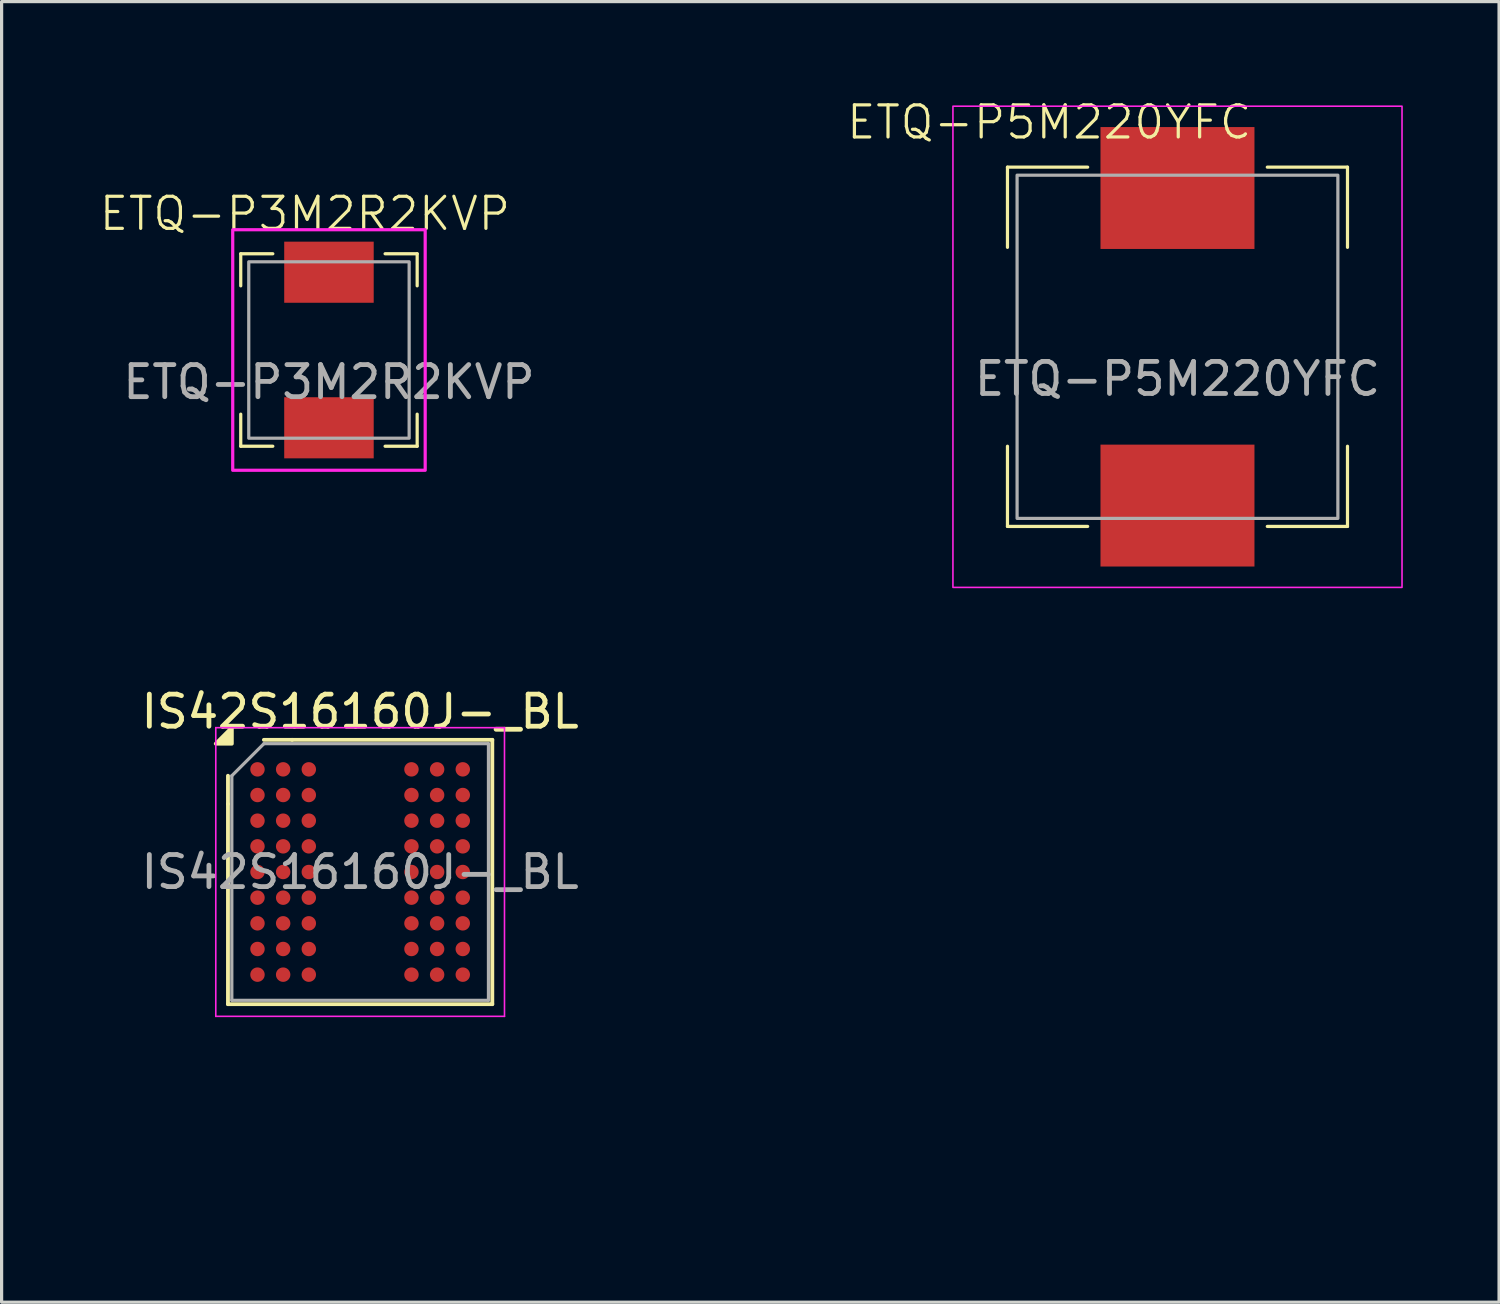
<source format=kicad_pcb>
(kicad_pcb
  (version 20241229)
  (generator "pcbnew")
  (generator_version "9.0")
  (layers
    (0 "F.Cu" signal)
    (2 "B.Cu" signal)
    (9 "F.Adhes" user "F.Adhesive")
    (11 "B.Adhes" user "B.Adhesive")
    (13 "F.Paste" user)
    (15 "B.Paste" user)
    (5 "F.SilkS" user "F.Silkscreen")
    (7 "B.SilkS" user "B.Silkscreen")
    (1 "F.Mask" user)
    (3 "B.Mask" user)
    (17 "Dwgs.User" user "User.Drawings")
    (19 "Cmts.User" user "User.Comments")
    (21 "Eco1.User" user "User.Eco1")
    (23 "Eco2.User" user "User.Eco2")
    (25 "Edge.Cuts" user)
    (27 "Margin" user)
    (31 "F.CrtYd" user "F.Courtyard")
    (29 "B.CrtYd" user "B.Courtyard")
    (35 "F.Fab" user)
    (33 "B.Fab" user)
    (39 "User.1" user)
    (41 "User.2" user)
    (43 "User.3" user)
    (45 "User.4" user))
  (footprint "ETQ-P3M2R2KVP"
    (layer "F.Cu")
    (at 7.205 7.861)
    (property "Reference" "ETQ-P3M2R2KVP" (at -0.75 -4.25 0) (unlocked yes) (layer "F.SilkS") (effects (font (size 1 1) (thickness 0.1))))
    (attr smd)
    (fp_line (start -2.75 -3) (end -2.75 -2) (stroke (width 0.1) (type default)) (layer "F.SilkS"))
    (fp_line (start -2.75 3) (end -2.75 2) (stroke (width 0.1) (type default)) (layer "F.SilkS"))
    (fp_line (start -2.75 3) (end -1.75 3) (stroke (width 0.1) (type default)) (layer "F.SilkS"))
    (fp_line (start -1.75 -3) (end -2.75 -3) (stroke (width 0.1) (type default)) (layer "F.SilkS"))
    (fp_line (start 1.75 3) (end 2.75 3) (stroke (width 0.1) (type default)) (layer "F.SilkS"))
    (fp_line (start 2.75 -3) (end 1.75 -3) (stroke (width 0.1) (type default)) (layer "F.SilkS"))
    (fp_line (start 2.75 -3) (end 2.75 -2) (stroke (width 0.1) (type default)) (layer "F.SilkS"))
    (fp_line (start 2.75 3) (end 2.75 2) (stroke (width 0.1) (type default)) (layer "F.SilkS"))
    (fp_rect (start -3 -3.75) (end 3 3.75) (stroke (width 0.1) (type default)) (fill no) (layer "F.CrtYd"))
    (fp_rect (start -2.5 -2.75) (end 2.5 2.75) (stroke (width 0.1) (type default)) (fill no) (layer "F.Fab"))
    (fp_text user "${REFERENCE}" (at 0 1 0) (unlocked yes) (layer "F.Fab") (effects (font (size 1 1) (thickness 0.15))))
    (dimension (type orthogonal) (layer "User.1") (pts (xy 8.6 4.482) (xy 8.6 11.239)) (height 10.605) (orientation 1) (format (prefix "") (suffix "") (units 3) (units_format 0) (precision 4) (suppress_zeroes yes)) (style (thickness 0.1) (arrow_length 1.27) (text_position_mode 0) (arrow_direction outward) (extension_height 0.586) (extension_offset 0.5) (keep_text_aligned yes)) (gr_text "6.756" (at 18.105 7.861 90) (layer "User.1") (effects (font (size 1 1) (thickness 0.1)))))
    (dimension (type orthogonal) (layer "User.1") (pts (xy 8.6 6.388) (xy 8.6 9.334)) (height 7.605) (orientation 1) (format (prefix "") (suffix "") (units 3) (units_format 0) (precision 4) (suppress_zeroes yes)) (style (thickness 0.1) (arrow_length 1.27) (text_position_mode 0) (arrow_direction outward) (extension_height 0.586) (extension_offset 0.5) (keep_text_aligned yes)) (gr_text "2.946" (at 15.105 7.861 90) (layer "User.1") (effects (font (size 1 1) (thickness 0.1)))))
    (dimension (type orthogonal) (layer "User.1") (pts (xy 5.81 4.482) (xy 8.6 4.482)) (height -2.622) (orientation 0) (format (prefix "") (suffix "") (units 3) (units_format 0) (precision 4) (suppress_zeroes yes)) (style (thickness 0.1) (arrow_length 1.27) (text_position_mode 0) (arrow_direction outward) (extension_height 0.586) (extension_offset 0.5) (keep_text_aligned yes)) (gr_text "2.79" (at 7.205 0.76 0) (layer "User.1") (effects (font (size 1 1) (thickness 0.1)))))
    (pad "1" smd rect (at 0 -2.425) (size 2.79 1.905) (layers "F.Cu" "F.Mask" "F.Paste"))
    (pad "2" smd rect (at 0 2.425) (size 2.79 1.905) (layers "F.Cu" "F.Mask" "F.Paste")))
  (footprint "IS42S16160J-_BL"
    (layer "F.Cu")
    (at 8.177 24.134)
    (property "Reference" "IS42S16160J-_BL" (at 0 -5 0) (layer "F.SilkS") (effects (font (size 1 1) (thickness 0.15))))
    (attr smd)
    (fp_line (start -4.12 -3) (end -4.12 -2.12) (stroke (width 0.12) (type default)) (layer "F.SilkS"))
    (fp_line (start -4.12 4.12) (end -4.12 -2.12) (stroke (width 0.12) (type default)) (layer "F.SilkS"))
    (fp_line (start -4.12 4.12) (end 4.12 4.12) (stroke (width 0.12) (type default)) (layer "F.SilkS"))
    (fp_line (start -2.12 -4.12) (end -3 -4.12) (stroke (width 0.12) (type default)) (layer "F.SilkS"))
    (fp_line (start -2.12 -4.12) (end 4.12 -4.12) (stroke (width 0.12) (type default)) (layer "F.SilkS"))
    (fp_line (start 4.12 -4.12) (end 4.12 4.12) (stroke (width 0.12) (type default)) (layer "F.SilkS"))
    (fp_poly (pts (xy -4 -4) (xy -4.5 -4) (xy -4 -4.5) (xy -4 -4)) (stroke (width 0.12) (type solid)) (fill yes) (layer "F.SilkS"))
    (fp_line (start -4.5 -4.5) (end 4.5 -4.5) (stroke (width 0.05) (type default)) (layer "F.CrtYd"))
    (fp_line (start -4.5 4.5) (end -4.5 -4.5) (stroke (width 0.05) (type default)) (layer "F.CrtYd"))
    (fp_line (start 4.5 -4.5) (end 4.5 4.5) (stroke (width 0.05) (type default)) (layer "F.CrtYd"))
    (fp_line (start 4.5 4.5) (end -4.5 4.5) (stroke (width 0.05) (type default)) (layer "F.CrtYd"))
    (fp_line (start -4 -3) (end -4 4) (stroke (width 0.1) (type default)) (layer "F.Fab"))
    (fp_line (start -4 4) (end 4 4) (stroke (width 0.1) (type default)) (layer "F.Fab"))
    (fp_line (start -3 -4) (end -4 -3) (stroke (width 0.1) (type default)) (layer "F.Fab"))
    (fp_line (start 4 -4) (end -3 -4) (stroke (width 0.1) (type default)) (layer "F.Fab"))
    (fp_line (start 4 4) (end 4 -4) (stroke (width 0.1) (type default)) (layer "F.Fab"))
    (fp_text user "${REFERENCE}" (at 0 0 0) (layer "F.Fab") (effects (font (size 1 1) (thickness 0.15))))
    (dimension (type orthogonal) (layer "User.2") (pts (xy 4.977 27.334) (xy 11.377 27.334)) (height 6.6) (orientation 0) (format (prefix "") (suffix "") (units 3) (units_format 0) (precision 4) (suppress_zeroes yes)) (style (thickness 0.05) (arrow_length 0.2) (text_position_mode 0) (arrow_direction outward) (extension_height 0.586) (extension_offset 0.5) (keep_text_aligned yes)) (gr_text "6.4" (at 8.177 33.574 0) (layer "User.2") (effects (font (size 0.3 0.3) (thickness 0.06) (bold yes)))))
    (dimension (type orthogonal) (layer "User.2") (pts (xy 4.977 20.934) (xy 4.977 27.334)) (height -4.2) (orientation 1) (format (prefix "") (suffix "") (units 3) (units_format 0) (precision 4) (suppress_zeroes yes)) (style (thickness 0.05) (arrow_length 0.2) (text_position_mode 0) (arrow_direction outward) (extension_height 0.586) (extension_offset 0.5) (keep_text_aligned yes)) (gr_text "6.4" (at 0.417 24.134 90) (layer "User.2") (effects (font (size 0.3 0.3) (thickness 0.06) (bold yes)))))
    (dimension (type orthogonal) (layer "User.2") (pts (xy 6.577 27.334) (xy 8.177 27.334)) (height 4.9) (orientation 0) (format (prefix "") (suffix "") (units 3) (units_format 0) (precision 4) (suppress_zeroes yes)) (style (thickness 0.05) (arrow_length 0.2) (text_position_mode 0) (arrow_direction outward) (extension_height 0.586) (extension_offset 0.5) (keep_text_aligned yes)) (gr_text "1.6" (at 7.377 31.874 0) (layer "User.2") (effects (font (size 0.3 0.3) (thickness 0.06) (bold yes)))))
    (dimension (type orthogonal) (layer "User.2") (pts (xy 11.377 20.934) (xy 11.377 21.734)) (height 5.4) (orientation 1) (format (prefix "") (suffix "") (units 3) (units_format 0) (precision 4) (suppress_zeroes yes)) (style (thickness 0.05) (arrow_length 0.2) (text_position_mode 0) (arrow_direction outward) (extension_height 0.586) (extension_offset 0.5) (keep_text_aligned yes)) (gr_text "0.8" (at 16.417 21.334 90) (layer "User.2") (effects (font (size 0.3 0.3) (thickness 0.06) (bold yes)))))
    (pad "A1" smd circle (at -3.2 -3.2) (size 0.45 0.45) (layers "F.Cu" "F.Mask" "F.Paste"))
    (pad "A2" smd circle (at -2.4 -3.2) (size 0.45 0.45) (layers "F.Cu" "F.Mask" "F.Paste"))
    (pad "A3" smd circle (at -1.6 -3.2) (size 0.45 0.45) (layers "F.Cu" "F.Mask" "F.Paste"))
    (pad "A7" smd circle (at 1.6 -3.2) (size 0.45 0.45) (layers "F.Cu" "F.Mask" "F.Paste"))
    (pad "A8" smd circle (at 2.4 -3.2) (size 0.45 0.45) (layers "F.Cu" "F.Mask" "F.Paste"))
    (pad "A9" smd circle (at 3.2 -3.2) (size 0.45 0.45) (layers "F.Cu" "F.Mask" "F.Paste"))
    (pad "B1" smd circle (at -3.2 -2.4) (size 0.45 0.45) (layers "F.Cu" "F.Mask" "F.Paste"))
    (pad "B2" smd circle (at -2.4 -2.4) (size 0.45 0.45) (layers "F.Cu" "F.Mask" "F.Paste"))
    (pad "B3" smd circle (at -1.6 -2.4) (size 0.45 0.45) (layers "F.Cu" "F.Mask" "F.Paste"))
    (pad "B7" smd circle (at 1.6 -2.4) (size 0.45 0.45) (layers "F.Cu" "F.Mask" "F.Paste"))
    (pad "B8" smd circle (at 2.4 -2.4) (size 0.45 0.45) (layers "F.Cu" "F.Mask" "F.Paste"))
    (pad "B9" smd circle (at 3.2 -2.4) (size 0.45 0.45) (layers "F.Cu" "F.Mask" "F.Paste"))
    (pad "C1" smd circle (at -3.2 -1.6) (size 0.45 0.45) (layers "F.Cu" "F.Mask" "F.Paste"))
    (pad "C2" smd circle (at -2.4 -1.6) (size 0.45 0.45) (layers "F.Cu" "F.Mask" "F.Paste"))
    (pad "C3" smd circle (at -1.6 -1.6) (size 0.45 0.45) (layers "F.Cu" "F.Mask" "F.Paste"))
    (pad "C7" smd circle (at 1.6 -1.6) (size 0.45 0.45) (layers "F.Cu" "F.Mask" "F.Paste"))
    (pad "C8" smd circle (at 2.4 -1.6) (size 0.45 0.45) (layers "F.Cu" "F.Mask" "F.Paste"))
    (pad "C9" smd circle (at 3.2 -1.6) (size 0.45 0.45) (layers "F.Cu" "F.Mask" "F.Paste"))
    (pad "D1" smd circle (at -3.2 -0.8) (size 0.45 0.45) (layers "F.Cu" "F.Mask" "F.Paste"))
    (pad "D2" smd circle (at -2.4 -0.8) (size 0.45 0.45) (layers "F.Cu" "F.Mask" "F.Paste"))
    (pad "D3" smd circle (at -1.6 -0.8) (size 0.45 0.45) (layers "F.Cu" "F.Mask" "F.Paste"))
    (pad "D7" smd circle (at 1.6 -0.8) (size 0.45 0.45) (layers "F.Cu" "F.Mask" "F.Paste"))
    (pad "D8" smd circle (at 2.4 -0.8) (size 0.45 0.45) (layers "F.Cu" "F.Mask" "F.Paste"))
    (pad "D9" smd circle (at 3.2 -0.8) (size 0.45 0.45) (layers "F.Cu" "F.Mask" "F.Paste"))
    (pad "E1" smd circle (at -3.2 0) (size 0.45 0.45) (layers "F.Cu" "F.Mask" "F.Paste"))
    (pad "E2" smd circle (at -2.4 0) (size 0.45 0.45) (layers "F.Cu" "F.Mask" "F.Paste"))
    (pad "E3" smd circle (at -1.6 0) (size 0.45 0.45) (layers "F.Cu" "F.Mask" "F.Paste"))
    (pad "E7" smd circle (at 1.6 0) (size 0.45 0.45) (layers "F.Cu" "F.Mask" "F.Paste"))
    (pad "E8" smd circle (at 2.4 0) (size 0.45 0.45) (layers "F.Cu" "F.Mask" "F.Paste"))
    (pad "E9" smd circle (at 3.2 0) (size 0.45 0.45) (layers "F.Cu" "F.Mask" "F.Paste"))
    (pad "F1" smd circle (at -3.2 0.8) (size 0.45 0.45) (layers "F.Cu" "F.Mask" "F.Paste"))
    (pad "F2" smd circle (at -2.4 0.8) (size 0.45 0.45) (layers "F.Cu" "F.Mask" "F.Paste"))
    (pad "F3" smd circle (at -1.6 0.8) (size 0.45 0.45) (layers "F.Cu" "F.Mask" "F.Paste"))
    (pad "F7" smd circle (at 1.6 0.8) (size 0.45 0.45) (layers "F.Cu" "F.Mask" "F.Paste"))
    (pad "F8" smd circle (at 2.4 0.8) (size 0.45 0.45) (layers "F.Cu" "F.Mask" "F.Paste"))
    (pad "F9" smd circle (at 3.2 0.8) (size 0.45 0.45) (layers "F.Cu" "F.Mask" "F.Paste"))
    (pad "G1" smd circle (at -3.2 1.6) (size 0.45 0.45) (layers "F.Cu" "F.Mask" "F.Paste"))
    (pad "G2" smd circle (at -2.4 1.6) (size 0.45 0.45) (layers "F.Cu" "F.Mask" "F.Paste"))
    (pad "G3" smd circle (at -1.6 1.6) (size 0.45 0.45) (layers "F.Cu" "F.Mask" "F.Paste"))
    (pad "G7" smd circle (at 1.6 1.6) (size 0.45 0.45) (layers "F.Cu" "F.Mask" "F.Paste"))
    (pad "G8" smd circle (at 2.4 1.6) (size 0.45 0.45) (layers "F.Cu" "F.Mask" "F.Paste"))
    (pad "G9" smd circle (at 3.2 1.6) (size 0.45 0.45) (layers "F.Cu" "F.Mask" "F.Paste"))
    (pad "H1" smd circle (at -3.2 2.4) (size 0.45 0.45) (layers "F.Cu" "F.Mask" "F.Paste"))
    (pad "H2" smd circle (at -2.4 2.4) (size 0.45 0.45) (layers "F.Cu" "F.Mask" "F.Paste"))
    (pad "H3" smd circle (at -1.6 2.4) (size 0.45 0.45) (layers "F.Cu" "F.Mask" "F.Paste"))
    (pad "H7" smd circle (at 1.6 2.4) (size 0.45 0.45) (layers "F.Cu" "F.Mask" "F.Paste"))
    (pad "H8" smd circle (at 2.4 2.4) (size 0.45 0.45) (layers "F.Cu" "F.Mask" "F.Paste"))
    (pad "H9" smd circle (at 3.2 2.4) (size 0.45 0.45) (layers "F.Cu" "F.Mask" "F.Paste"))
    (pad "J1" smd circle (at -3.2 3.2) (size 0.45 0.45) (layers "F.Cu" "F.Mask" "F.Paste"))
    (pad "J2" smd circle (at -2.4 3.2) (size 0.45 0.45) (layers "F.Cu" "F.Mask" "F.Paste"))
    (pad "J3" smd circle (at -1.6 3.2) (size 0.45 0.45) (layers "F.Cu" "F.Mask" "F.Paste"))
    (pad "J7" smd circle (at 1.6 3.2) (size 0.45 0.45) (layers "F.Cu" "F.Mask" "F.Paste"))
    (pad "J8" smd circle (at 2.4 3.2) (size 0.45 0.45) (layers "F.Cu" "F.Mask" "F.Paste"))
    (pad "J9" smd circle (at 3.2 3.2) (size 0.45 0.45) (layers "F.Cu" "F.Mask" "F.Paste")))
  (footprint "ETQ-P5M220YFC"
    (layer "F.Cu")
    (at 33.657 7.761)
    (property "Reference" "ETQ-P5M220YFC" (at -4 -7 0) (unlocked yes) (layer "F.SilkS") (effects (font (size 1 1) (thickness 0.1))))
    (attr smd)
    (private_layers "User.2")
    (fp_line (start -5.3 -5.6) (end -5.3 -3.1) (stroke (width 0.1) (type default)) (layer "F.SilkS"))
    (fp_line (start -5.3 5.6) (end -5.3 3.1) (stroke (width 0.1) (type default)) (layer "F.SilkS"))
    (fp_line (start -2.8 -5.6) (end -5.3 -5.6) (stroke (width 0.1) (type default)) (layer "F.SilkS"))
    (fp_line (start -2.8 5.6) (end -5.3 5.6) (stroke (width 0.1) (type default)) (layer "F.SilkS"))
    (fp_line (start 2.8 -5.6) (end 5.3 -5.6) (stroke (width 0.1) (type default)) (layer "F.SilkS"))
    (fp_line (start 2.8 5.6) (end 5.3 5.6) (stroke (width 0.1) (type default)) (layer "F.SilkS"))
    (fp_line (start 5.3 -5.6) (end 5.3 -3.1) (stroke (width 0.1) (type default)) (layer "F.SilkS"))
    (fp_line (start 5.3 5.6) (end 5.3 3.1) (stroke (width 0.1) (type default)) (layer "F.SilkS"))
    (fp_rect (start -7 -7.5) (end 7 7.5) (stroke (width 0.05) (type default)) (fill no) (layer "F.CrtYd"))
    (fp_rect (start -5 -5.35) (end 5 5.35) (stroke (width 0.1) (type default)) (fill no) (layer "F.Fab"))
    (fp_text user "${REFERENCE}" (at 0 1 0) (unlocked yes) (layer "F.Fab") (effects (font (size 1 1) (thickness 0.15))))
    (dimension (type orthogonal) (layer "User.2") (pts (xy 28.157 13.611) (xy 28.157 1.911)) (height -4) (orientation 1) (format (prefix "") (suffix "") (units 3) (units_format 0) (precision 4) (suppress_zeroes yes)) (style (thickness 0.1) (arrow_length 1.27) (text_position_mode 0) (arrow_direction outward) (extension_height 0.586) (extension_offset 0.5) (keep_text_aligned yes)) (gr_text "11.7" (at 23.057 7.761 90) (layer "User.2") (effects (font (size 1 1) (thickness 0.1)))))
    (dimension (type orthogonal) (layer "User.2") (pts (xy 39.157 13.611) (xy 28.157 13.611)) (height 4.65) (orientation 0) (format (prefix "") (suffix "") (units 3) (units_format 0) (precision 4) (suppress_zeroes yes)) (style (thickness 0.1) (arrow_length 1.27) (text_position_mode 0) (arrow_direction outward) (extension_height 0.586) (extension_offset 0.5) (keep_text_aligned yes)) (gr_text "11" (at 33.657 17.16 0) (layer "User.2") (effects (font (size 1 1) (thickness 0.1)))))
    (dimension (type orthogonal) (layer "User.2") (pts (xy 31.257 0.91) (xy 36.057 0.91)) (height -4.15) (orientation 0) (format (prefix "") (suffix "") (units 3) (units_format 0) (precision 4) (suppress_zeroes yes)) (style (thickness 0.1) (arrow_length 1.27) (text_position_mode 0) (arrow_direction outward) (extension_height 0.586) (extension_offset 0.5) (keep_text_aligned yes)) (gr_text "4.8" (at 33.657 -4.34 0) (layer "User.2") (effects (font (size 1 1) (thickness 0.1)))))
    (dimension (type orthogonal) (layer "User.2") (pts (xy 36.057 0.91) (xy 36.057 14.611)) (height 10.85) (orientation 1) (format (prefix "") (suffix "") (units 3) (units_format 0) (precision 4) (suppress_zeroes yes)) (style (thickness 0.1) (arrow_length 1.27) (text_position_mode 0) (arrow_direction outward) (extension_height 0.586) (extension_offset 0.5) (keep_text_aligned yes)) (gr_text "13.7" (at 45.807 7.761 90) (layer "User.2") (effects (font (size 1 1) (thickness 0.1)))))
    (dimension (type orthogonal) (layer "User.2") (pts (xy 36.057 4.71) (xy 36.057 10.81)) (height 7.6) (orientation 1) (format (prefix "") (suffix "") (units 3) (units_format 0) (precision 4) (suppress_zeroes yes)) (style (thickness 0.1) (arrow_length 1.27) (text_position_mode 0) (arrow_direction outward) (extension_height 0.586) (extension_offset 0.5) (keep_text_aligned yes)) (gr_text "6.1" (at 42.557 7.761 90) (layer "User.2") (effects (font (size 1 1) (thickness 0.1)))))
    (pad "1" smd rect (at 0 -4.95) (size 4.8 3.8) (layers "F.Cu" "F.Mask" "F.Paste"))
    (pad "2" smd rect (at 0 4.95) (size 4.8 3.8) (layers "F.Cu" "F.Mask" "F.Paste")))
  (gr_rect
    (start -3 -3)
    (end 43.682 37.545)
    (stroke (width 0.1) (type default))
    (fill no)
    (layer "Edge.Cuts")))
</source>
